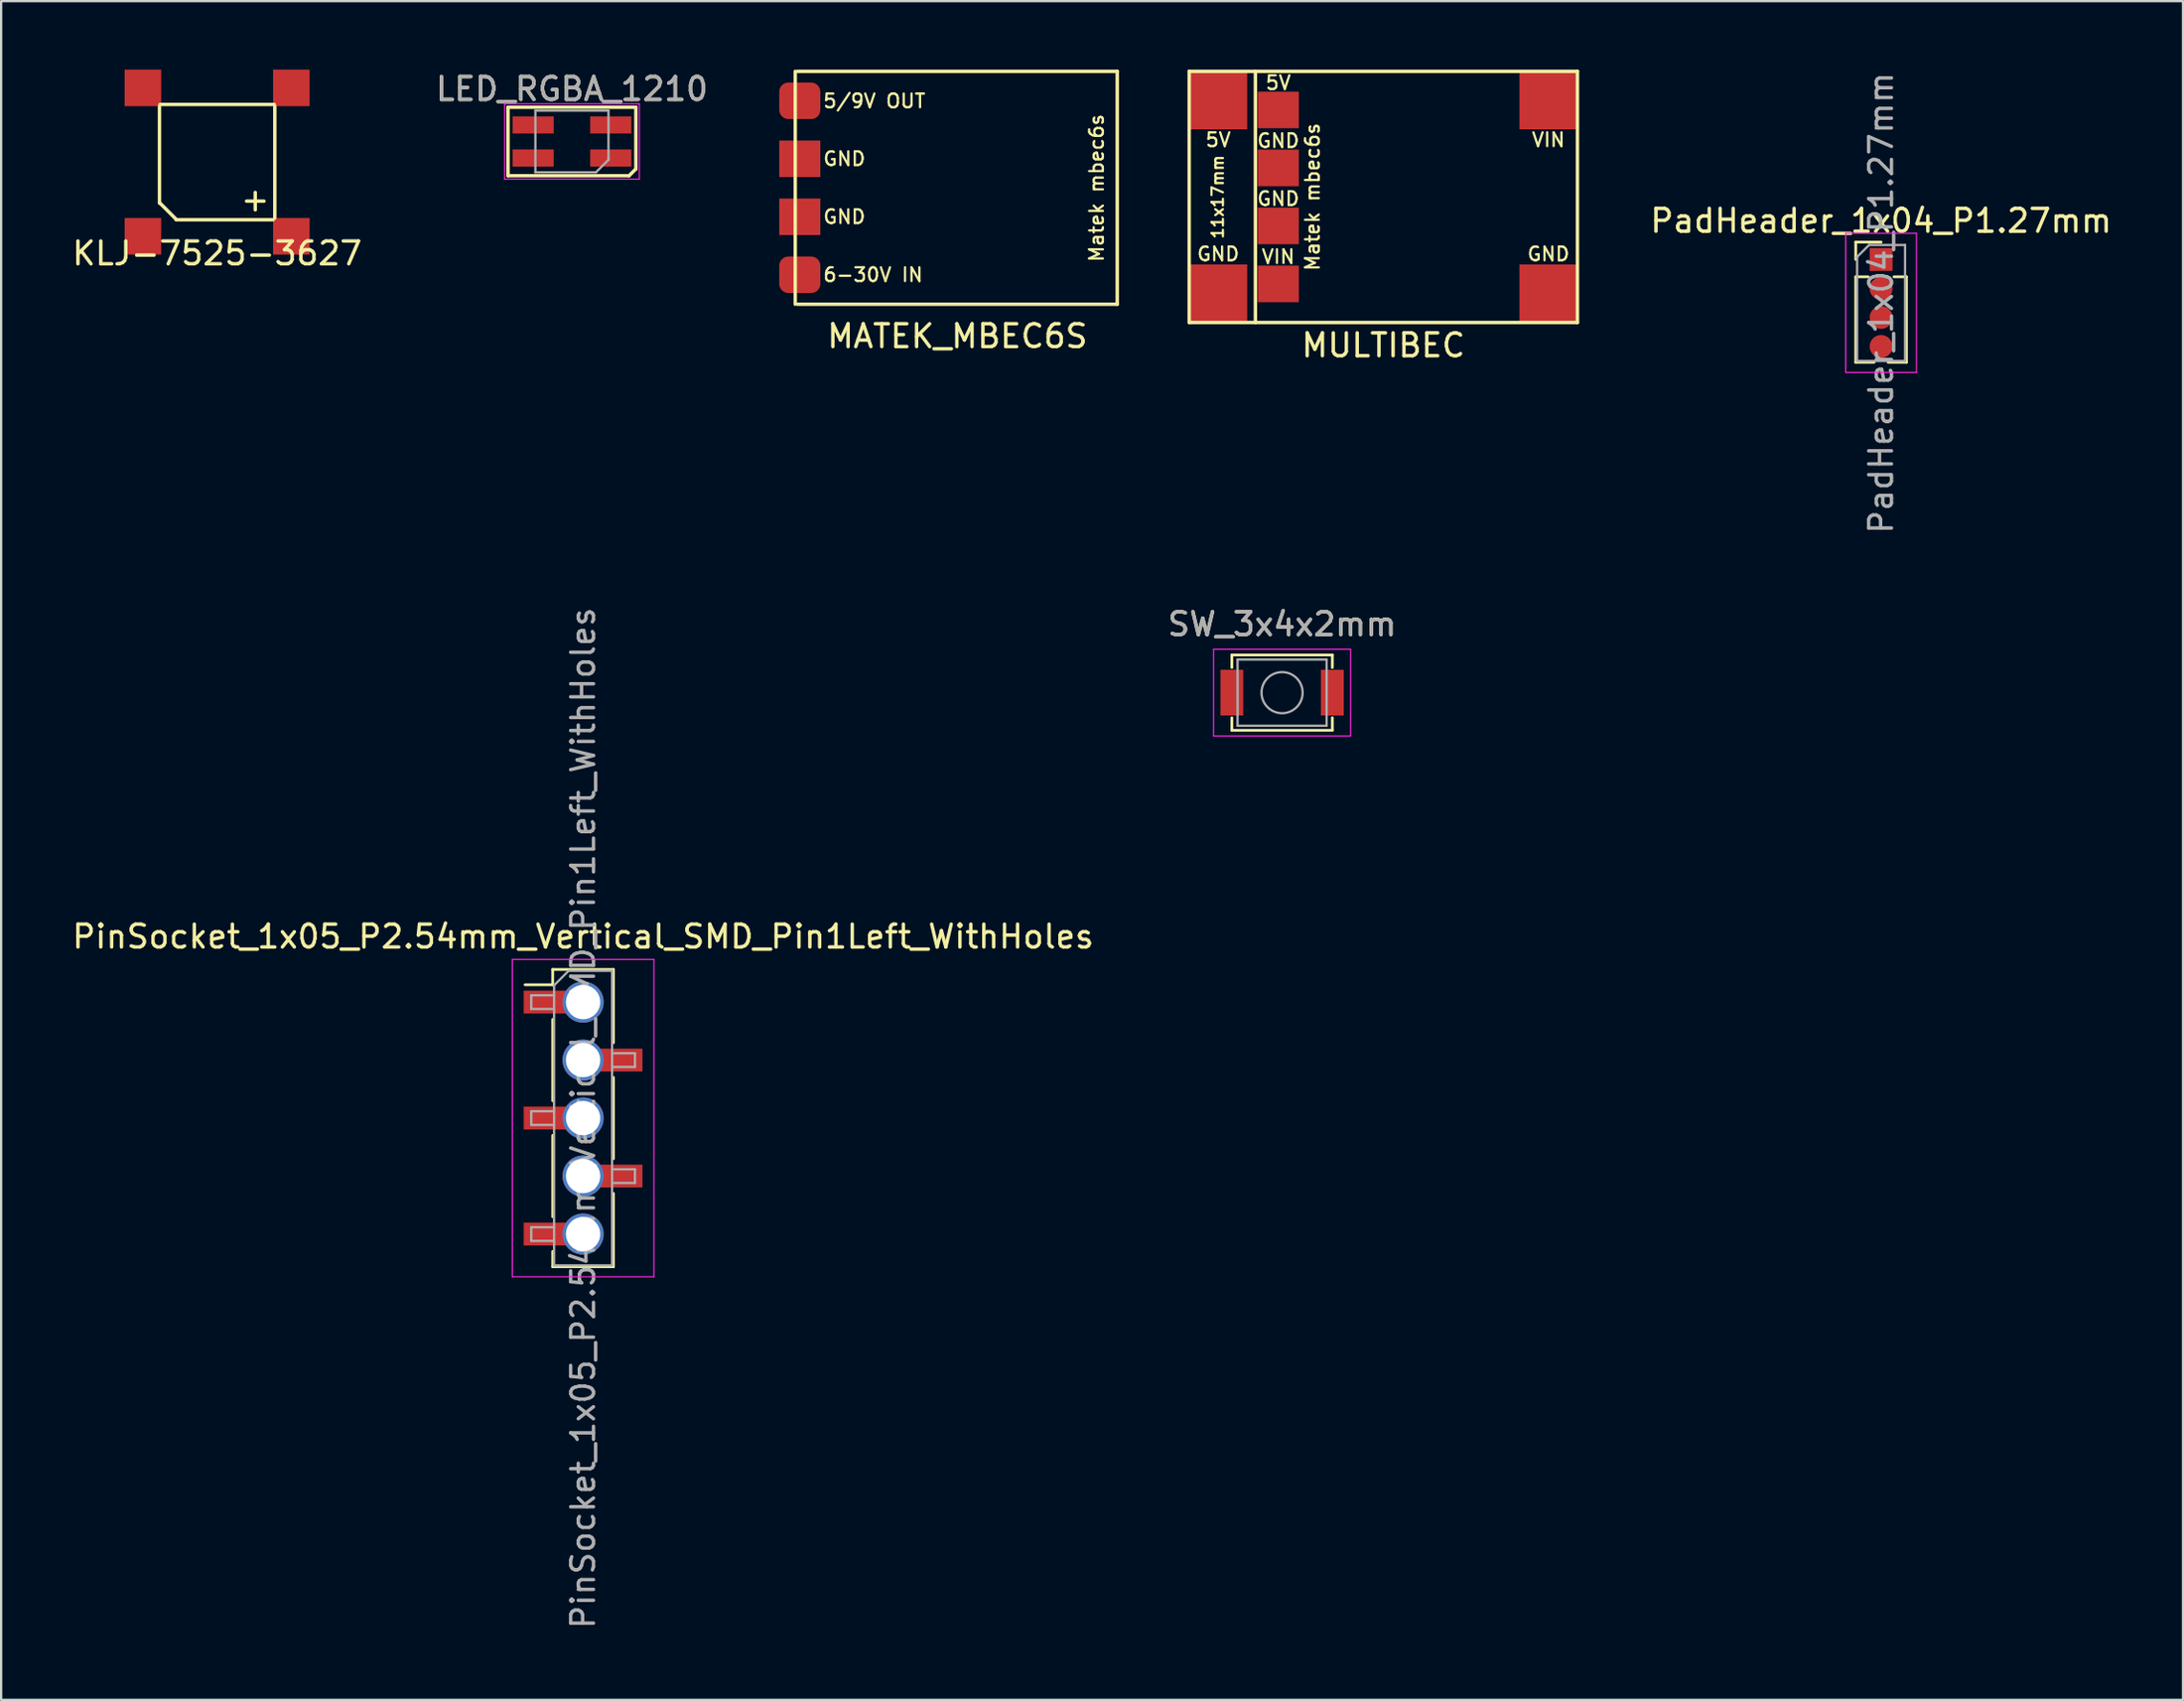
<source format=kicad_pcb>
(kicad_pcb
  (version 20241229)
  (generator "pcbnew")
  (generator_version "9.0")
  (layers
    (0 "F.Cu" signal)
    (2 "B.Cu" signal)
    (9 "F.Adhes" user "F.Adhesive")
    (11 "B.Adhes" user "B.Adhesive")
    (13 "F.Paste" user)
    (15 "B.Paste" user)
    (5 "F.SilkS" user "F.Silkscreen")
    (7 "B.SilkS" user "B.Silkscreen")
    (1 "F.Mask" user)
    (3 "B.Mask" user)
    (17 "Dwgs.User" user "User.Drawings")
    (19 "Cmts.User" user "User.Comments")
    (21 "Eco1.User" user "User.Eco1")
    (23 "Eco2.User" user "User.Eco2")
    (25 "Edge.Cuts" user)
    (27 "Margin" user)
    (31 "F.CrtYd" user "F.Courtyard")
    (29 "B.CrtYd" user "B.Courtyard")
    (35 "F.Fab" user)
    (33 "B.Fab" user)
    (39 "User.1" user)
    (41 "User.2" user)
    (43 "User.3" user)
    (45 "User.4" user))
  (footprint "SW_3x4x2mm"
    (layer "F.Cu")
    (at 53.089 27.289)
    (property "Reference" "SW_3x4x2mm" (at 0 -3 0) (layer "F.SilkS") (effects (font (size 1 1) (thickness 0.15))))
    (attr smd)
    (fp_line (start -2.2 -1.65) (end 2.2 -1.65) (stroke (width 0.12) (type solid)) (layer "F.SilkS"))
    (fp_line (start -2.2 -1.1) (end -2.2 -1.65) (stroke (width 0.12) (type solid)) (layer "F.SilkS"))
    (fp_line (start -2.2 1.1) (end -2.2 1.65) (stroke (width 0.12) (type solid)) (layer "F.SilkS"))
    (fp_line (start -2.2 1.65) (end 2.2 1.65) (stroke (width 0.12) (type solid)) (layer "F.SilkS"))
    (fp_line (start 2.2 -1.65) (end 2.2 -1.1) (stroke (width 0.12) (type solid)) (layer "F.SilkS"))
    (fp_line (start 2.2 1.65) (end 2.2 1.1) (stroke (width 0.12) (type solid)) (layer "F.SilkS"))
    (fp_line (start -3 -1.9) (end -3 1.9) (stroke (width 0.05) (type solid)) (layer "F.CrtYd"))
    (fp_line (start -3 1.9) (end 3 1.9) (stroke (width 0.05) (type solid)) (layer "F.CrtYd"))
    (fp_line (start 3 -1.9) (end -3 -1.9) (stroke (width 0.05) (type solid)) (layer "F.CrtYd"))
    (fp_line (start 3 1.9) (end 3 -1.9) (stroke (width 0.05) (type solid)) (layer "F.CrtYd"))
    (fp_line (start -1.95 -1.45) (end 1.95 -1.45) (stroke (width 0.1) (type solid)) (layer "F.Fab"))
    (fp_line (start -1.95 1.45) (end -1.95 -1.45) (stroke (width 0.1) (type solid)) (layer "F.Fab"))
    (fp_line (start 1.95 -1.45) (end 1.95 1.45) (stroke (width 0.1) (type solid)) (layer "F.Fab"))
    (fp_line (start 1.95 1.45) (end -1.95 1.45) (stroke (width 0.1) (type solid)) (layer "F.Fab"))
    (fp_circle (center 0 0) (end 0.9 0) (stroke (width 0.1) (type solid)) (fill no) (layer "F.Fab"))
    (fp_text user "${REFERENCE}" (at 0 -3 0) (layer "F.Fab") (effects (font (size 1 1) (thickness 0.15))))
    (pad "1" smd rect (at -2.2 0) (size 1 2) (layers "F.Cu" "F.Mask" "F.Paste"))
    (pad "2" smd rect (at 2.2 0) (size 1 2) (layers "F.Cu" "F.Mask" "F.Paste")))
  (footprint "PinSocket_1x05_P2.54mm_Vertical_SMD_Pin1Left_WithHoles"
    (layer "F.Cu")
    (at 22.482 45.923)
    (property "Reference" "PinSocket_1x05_P2.54mm_Vertical_SMD_Pin1Left_WithHoles" (at 0 -7.95 0) (layer "F.SilkS") (effects (font (size 1 1) (thickness 0.15))))
    (attr smd)
    (fp_line (start -2.54 -5.84) (end -1.33 -5.84) (stroke (width 0.12) (type solid)) (layer "F.SilkS"))
    (fp_line (start -1.33 -6.51) (end -1.33 -5.84) (stroke (width 0.12) (type solid)) (layer "F.SilkS"))
    (fp_line (start -1.33 -6.51) (end 1.33 -6.51) (stroke (width 0.12) (type solid)) (layer "F.SilkS"))
    (fp_line (start -1.33 -4.32) (end -1.33 -0.76) (stroke (width 0.12) (type solid)) (layer "F.SilkS"))
    (fp_line (start -1.33 0.76) (end -1.33 4.32) (stroke (width 0.12) (type solid)) (layer "F.SilkS"))
    (fp_line (start -1.33 5.84) (end -1.33 6.51) (stroke (width 0.12) (type solid)) (layer "F.SilkS"))
    (fp_line (start -1.33 6.51) (end 1.33 6.51) (stroke (width 0.12) (type solid)) (layer "F.SilkS"))
    (fp_line (start 1.33 -6.51) (end 1.33 -3.3) (stroke (width 0.12) (type solid)) (layer "F.SilkS"))
    (fp_line (start 1.33 -1.78) (end 1.33 1.78) (stroke (width 0.12) (type solid)) (layer "F.SilkS"))
    (fp_line (start 1.33 3.3) (end 1.33 6.51) (stroke (width 0.12) (type solid)) (layer "F.SilkS"))
    (fp_line (start -3.1 -6.95) (end 3.1 -6.95) (stroke (width 0.05) (type solid)) (layer "F.CrtYd"))
    (fp_line (start -3.1 6.95) (end -3.1 -6.95) (stroke (width 0.05) (type solid)) (layer "F.CrtYd"))
    (fp_line (start 3.1 -6.95) (end 3.1 6.95) (stroke (width 0.05) (type solid)) (layer "F.CrtYd"))
    (fp_line (start 3.1 6.95) (end -3.1 6.95) (stroke (width 0.05) (type solid)) (layer "F.CrtYd"))
    (fp_line (start -2.27 -5.38) (end -1.27 -5.38) (stroke (width 0.1) (type solid)) (layer "F.Fab"))
    (fp_line (start -2.27 -4.78) (end -2.27 -5.38) (stroke (width 0.1) (type solid)) (layer "F.Fab"))
    (fp_line (start -2.27 -0.3) (end -1.27 -0.3) (stroke (width 0.1) (type solid)) (layer "F.Fab"))
    (fp_line (start -2.27 0.3) (end -2.27 -0.3) (stroke (width 0.1) (type solid)) (layer "F.Fab"))
    (fp_line (start -2.27 4.78) (end -1.27 4.78) (stroke (width 0.1) (type solid)) (layer "F.Fab"))
    (fp_line (start -2.27 5.38) (end -2.27 4.78) (stroke (width 0.1) (type solid)) (layer "F.Fab"))
    (fp_line (start -1.27 -5.815) (end -0.635 -6.45) (stroke (width 0.1) (type solid)) (layer "F.Fab"))
    (fp_line (start -1.27 -4.78) (end -2.27 -4.78) (stroke (width 0.1) (type solid)) (layer "F.Fab"))
    (fp_line (start -1.27 0.3) (end -2.27 0.3) (stroke (width 0.1) (type solid)) (layer "F.Fab"))
    (fp_line (start -1.27 5.38) (end -2.27 5.38) (stroke (width 0.1) (type solid)) (layer "F.Fab"))
    (fp_line (start -1.27 6.45) (end -1.27 -5.815) (stroke (width 0.1) (type solid)) (layer "F.Fab"))
    (fp_line (start -0.635 -6.45) (end 1.27 -6.45) (stroke (width 0.1) (type solid)) (layer "F.Fab"))
    (fp_line (start 1.27 -6.45) (end 1.27 6.45) (stroke (width 0.1) (type solid)) (layer "F.Fab"))
    (fp_line (start 1.27 -2.84) (end 2.27 -2.84) (stroke (width 0.1) (type solid)) (layer "F.Fab"))
    (fp_line (start 1.27 2.24) (end 2.27 2.24) (stroke (width 0.1) (type solid)) (layer "F.Fab"))
    (fp_line (start 1.27 6.45) (end -1.27 6.45) (stroke (width 0.1) (type solid)) (layer "F.Fab"))
    (fp_line (start 2.27 -2.84) (end 2.27 -2.24) (stroke (width 0.1) (type solid)) (layer "F.Fab"))
    (fp_line (start 2.27 -2.24) (end 1.27 -2.24) (stroke (width 0.1) (type solid)) (layer "F.Fab"))
    (fp_line (start 2.27 2.24) (end 2.27 2.84) (stroke (width 0.1) (type solid)) (layer "F.Fab"))
    (fp_line (start 2.27 2.84) (end 1.27 2.84) (stroke (width 0.1) (type solid)) (layer "F.Fab"))
    (fp_text user "${REFERENCE}" (at 0 0 90) (layer "F.Fab") (effects (font (size 1 1) (thickness 0.15))))
    (pad "1" smd rect (at -1.65 -5.08) (size 1.9 1) (layers "F.Cu" "F.Mask" "F.Paste"))
    (pad "1" thru_hole circle (at 0 -5.08) (size 1.8 1.8) (drill 1.5) (layers "*.Cu" "*.Mask"))
    (pad "2" thru_hole circle (at 0 -2.54) (size 1.8 1.8) (drill 1.5) (layers "*.Cu" "*.Mask"))
    (pad "2" smd rect (at 1.65 -2.54) (size 1.9 1) (layers "F.Cu" "F.Mask" "F.Paste"))
    (pad "3" smd rect (at -1.65 0) (size 1.9 1) (layers "F.Cu" "F.Mask" "F.Paste"))
    (pad "3" thru_hole circle (at 0 0) (size 1.8 1.8) (drill 1.5) (layers "*.Cu" "*.Mask"))
    (pad "4" thru_hole circle (at 0 2.54) (size 1.8 1.8) (drill 1.5) (layers "*.Cu" "*.Mask"))
    (pad "4" smd rect (at 1.65 2.54) (size 1.9 1) (layers "F.Cu" "F.Mask" "F.Paste"))
    (pad "5" smd rect (at -1.65 5.08) (size 1.9 1) (layers "F.Cu" "F.Mask" "F.Paste"))
    (pad "5" thru_hole circle (at 0 5.08) (size 1.8 1.8) (drill 1.5) (layers "*.Cu" "*.Mask")))
  (footprint "MATEK_MBEC6S"
    (layer "F.Cu")
    (at 38.871 5.175)
    (property "Reference" "MATEK_MBEC6S" (at 0 6.5 0) (layer "F.SilkS") (effects (font (size 1 1) (thickness 0.15))))
    (attr through_hole)
    (fp_line (start -7.1 -5.1) (end -7.1 5.1) (stroke (width 0.15) (type solid)) (layer "F.SilkS"))
    (fp_line (start -7 -5.1) (end 7 -5.1) (stroke (width 0.15) (type solid)) (layer "F.SilkS"))
    (fp_line (start -7 5.1) (end 7 5.1) (stroke (width 0.15) (type solid)) (layer "F.SilkS"))
    (fp_line (start 7 -5.1) (end 7 5.1) (stroke (width 0.15) (type solid)) (layer "F.SilkS"))
    (fp_text user "6-30V IN" (at -3.693 3.81 0) (layer "F.SilkS") (effects (font (size 0.6 0.6) (thickness 0.1))))
    (fp_text user "GND" (at -4.95 -1.27 0) (layer "F.SilkS") (effects (font (size 0.6 0.6) (thickness 0.1))))
    (fp_text user "GND" (at -4.95 1.27 0) (layer "F.SilkS") (effects (font (size 0.6 0.6) (thickness 0.1))))
    (fp_text user "5/9V OUT" (at -3.636 -3.8 0) (layer "F.SilkS") (effects (font (size 0.6 0.6) (thickness 0.1))))
    (fp_text user "Matek mbec6s" (at 6.097 0.01 90) (layer "F.SilkS") (effects (font (size 0.6 0.6) (thickness 0.1))))
    (pad "1" smd roundrect (at -6.9 -3.81) (size 1.8 1.6) (layers "F.Cu" "F.Mask" "F.Paste") (roundrect_rratio 0.25))
    (pad "2" smd rect (at -6.9 -1.27) (size 1.8 1.6) (layers "F.Cu" "F.Mask" "F.Paste"))
    (pad "3" smd rect (at -6.9 1.27) (size 1.8 1.6) (layers "F.Cu" "F.Mask" "F.Paste"))
    (pad "4" smd roundrect (at -6.9 3.81) (size 1.8 1.6) (layers "F.Cu" "F.Mask" "F.Paste") (roundrect_rratio 0.25)))
  (footprint "PadHeader_1x04_P1.27mm"
    (layer "F.Cu")
    (at 79.317 8.315)
    (property "Reference" "PadHeader_1x04_P1.27mm" (at 0 -1.695 0) (layer "F.SilkS") (effects (font (size 1 1) (thickness 0.15))))
    (attr through_hole)
    (fp_line (start -1.11 -0.76) (end 0 -0.76) (stroke (width 0.12) (type solid)) (layer "F.SilkS"))
    (fp_line (start -1.11 0) (end -1.11 -0.76) (stroke (width 0.12) (type solid)) (layer "F.SilkS"))
    (fp_line (start -1.11 0.76) (end -1.11 4.505) (stroke (width 0.12) (type solid)) (layer "F.SilkS"))
    (fp_line (start -1.11 0.76) (end -0.563 0.76) (stroke (width 0.12) (type solid)) (layer "F.SilkS"))
    (fp_line (start -1.11 4.505) (end -0.308 4.505) (stroke (width 0.12) (type solid)) (layer "F.SilkS"))
    (fp_line (start 0.308 4.505) (end 1.11 4.505) (stroke (width 0.12) (type solid)) (layer "F.SilkS"))
    (fp_line (start 0.563 0.76) (end 1.11 0.76) (stroke (width 0.12) (type solid)) (layer "F.SilkS"))
    (fp_line (start 1.11 0.76) (end 1.11 4.505) (stroke (width 0.12) (type solid)) (layer "F.SilkS"))
    (fp_line (start -1.55 -1.15) (end -1.55 4.95) (stroke (width 0.05) (type solid)) (layer "F.CrtYd"))
    (fp_line (start -1.55 4.95) (end 1.55 4.95) (stroke (width 0.05) (type solid)) (layer "F.CrtYd"))
    (fp_line (start 1.55 -1.15) (end -1.55 -1.15) (stroke (width 0.05) (type solid)) (layer "F.CrtYd"))
    (fp_line (start 1.55 4.95) (end 1.55 -1.15) (stroke (width 0.05) (type solid)) (layer "F.CrtYd"))
    (fp_line (start -1.05 -0.11) (end -0.525 -0.635) (stroke (width 0.1) (type solid)) (layer "F.Fab"))
    (fp_line (start -1.05 4.445) (end -1.05 -0.11) (stroke (width 0.1) (type solid)) (layer "F.Fab"))
    (fp_line (start -0.525 -0.635) (end 1.05 -0.635) (stroke (width 0.1) (type solid)) (layer "F.Fab"))
    (fp_line (start 1.05 -0.635) (end 1.05 4.445) (stroke (width 0.1) (type solid)) (layer "F.Fab"))
    (fp_line (start 1.05 4.445) (end -1.05 4.445) (stroke (width 0.1) (type solid)) (layer "F.Fab"))
    (fp_text user "${REFERENCE}" (at 0 1.905 90) (layer "F.Fab") (effects (font (size 1 1) (thickness 0.15))))
    (pad "1" smd rect (at 0 0) (size 1 1) (layers "F.Cu" "F.Mask" "F.Paste"))
    (pad "2" smd oval (at 0 1.27) (size 1 1) (layers "F.Cu" "F.Mask" "F.Paste"))
    (pad "3" smd oval (at 0 2.54) (size 1 1) (layers "F.Cu" "F.Mask" "F.Paste"))
    (pad "4" smd oval (at 0 3.81) (size 1 1) (layers "F.Cu" "F.Mask" "F.Paste")))
  (footprint "LED_RGBA_1210"
    (layer "F.Cu")
    (at 21.994 3.148)
    (property "Reference" "LED_RGBA_1210" (at 0 -2.3 0) (layer "F.SilkS") (effects (font (size 1 1) (thickness 0.15))))
    (attr smd)
    (fp_line (start -2.8 -1.5) (end -2.8 1.5) (stroke (width 0.15) (type solid)) (layer "F.SilkS"))
    (fp_line (start -2.8 -1.5) (end 2.8 -1.5) (stroke (width 0.15) (type solid)) (layer "F.SilkS"))
    (fp_line (start -2.8 1.5) (end 2.5 1.5) (stroke (width 0.15) (type solid)) (layer "F.SilkS"))
    (fp_line (start 2.5 1.5) (end 2.8 1.2) (stroke (width 0.15) (type solid)) (layer "F.SilkS"))
    (fp_line (start 2.8 -1.5) (end 2.8 1.2) (stroke (width 0.15) (type solid)) (layer "F.SilkS"))
    (fp_line (start -2.95 -1.65) (end -2.95 1.65) (stroke (width 0.05) (type solid)) (layer "F.CrtYd"))
    (fp_line (start -2.95 1.65) (end 2.95 1.65) (stroke (width 0.05) (type solid)) (layer "F.CrtYd"))
    (fp_line (start 2.95 -1.65) (end -2.95 -1.65) (stroke (width 0.05) (type solid)) (layer "F.CrtYd"))
    (fp_line (start 2.95 1.65) (end 2.95 -1.65) (stroke (width 0.05) (type solid)) (layer "F.CrtYd"))
    (fp_line (start -1.6 -1.353) (end 1.6 -1.353) (stroke (width 0.1) (type solid)) (layer "F.Fab"))
    (fp_line (start -1.6 1.35) (end -1.6 -1.35) (stroke (width 0.1) (type solid)) (layer "F.Fab"))
    (fp_line (start 1.05 1.35) (end -1.6 1.35) (stroke (width 0.1) (type solid)) (layer "F.Fab"))
    (fp_line (start 1.6 -1.35) (end 1.6 0.8) (stroke (width 0.1) (type solid)) (layer "F.Fab"))
    (fp_line (start 1.6 0.8) (end 1.05 1.35) (stroke (width 0.1) (type solid)) (layer "F.Fab"))
    (fp_text user "${REFERENCE}" (at 0 -2.3 0) (layer "F.Fab") (effects (font (size 1 1) (thickness 0.15))))
    (pad "1" smd rect (at 1.7 0.725) (size 1.8 0.75) (layers "F.Cu" "F.Mask" "F.Paste"))
    (pad "2" smd rect (at 1.7 -0.725) (size 1.8 0.75) (layers "F.Cu" "F.Mask" "F.Paste"))
    (pad "3" smd rect (at -1.7 -0.725) (size 1.8 0.75) (layers "F.Cu" "F.Mask" "F.Paste"))
    (pad "4" smd rect (at -1.7 0.725) (size 1.8 0.75) (layers "F.Cu" "F.Mask" "F.Paste")))
  (footprint "MULTIBEC"
    (layer "F.Cu")
    (at 57.521 5.575)
    (property "Reference" "MULTIBEC" (at 0 6.5 0) (layer "F.SilkS") (effects (font (size 1 1) (thickness 0.15))))
    (attr through_hole)
    (fp_line (start -8.5 -5.5) (end -8.5 5.5) (stroke (width 0.15) (type solid)) (layer "F.SilkS"))
    (fp_line (start -8.5 -5.5) (end 8.5 -5.5) (stroke (width 0.15) (type solid)) (layer "F.SilkS"))
    (fp_line (start -8.5 5.5) (end 8.5 5.5) (stroke (width 0.15) (type solid)) (layer "F.SilkS"))
    (fp_line (start -5.6 -5.5) (end -5.6 5.5) (stroke (width 0.15) (type solid)) (layer "F.SilkS"))
    (fp_line (start 8.5 -5.5) (end 8.5 5.5) (stroke (width 0.15) (type solid)) (layer "F.SilkS"))
    (fp_text user "Matek mbec6s" (at -3.1 0 90) (layer "F.SilkS") (effects (font (size 0.6 0.6) (thickness 0.1))))
    (fp_text user "GND" (at 7.23 2.5 0) (layer "F.SilkS") (effects (font (size 0.6 0.6) (thickness 0.1))))
    (fp_text user "11x17mm" (at -7.25 0 90) (layer "F.SilkS") (effects (font (size 0.5 0.5) (thickness 0.1))))
    (fp_text user "GND" (at -4.6 -2.46 0) (layer "F.SilkS") (effects (font (size 0.6 0.6) (thickness 0.1))))
    (fp_text user "GND" (at -4.6 0.08 0) (layer "F.SilkS") (effects (font (size 0.6 0.6) (thickness 0.1))))
    (fp_text user "5V" (at -4.6 -5 0) (layer "F.SilkS") (effects (font (size 0.6 0.6) (thickness 0.1))))
    (fp_text user "VIN" (at -4.6 2.62 0) (layer "F.SilkS") (effects (font (size 0.6 0.6) (thickness 0.1))))
    (fp_text user "VIN" (at 7.23 -2.5 0) (layer "F.SilkS") (effects (font (size 0.6 0.6) (thickness 0.1))))
    (fp_text user "5V" (at -7.23 -2.5 0) (layer "F.SilkS") (effects (font (size 0.6 0.6) (thickness 0.1))))
    (fp_text user "GND" (at -7.23 2.5 0) (layer "F.SilkS") (effects (font (size 0.6 0.6) (thickness 0.1))))
    (pad "1" smd custom (at -4.6 3.81) (size 1.8 1.6) (layers "F.Cu" "F.Mask" "F.Paste") (options (anchor rect)) (primitives))
    (pad "1" smd custom (at 7.23 -4.23) (size 2.54 2.54) (layers "F.Cu" "F.Mask" "F.Paste") (options (anchor rect)) (primitives))
    (pad "2" smd custom (at -7.23 4.23) (size 2.54 2.54) (layers "F.Cu" "F.Mask" "F.Paste") (options (anchor rect)) (primitives))
    (pad "2" smd custom (at -4.6 -1.27) (size 1.8 1.6) (layers "F.Cu" "F.Mask" "F.Paste") (options (anchor rect)) (primitives))
    (pad "2" smd custom (at -4.6 1.27) (size 1.8 1.6) (layers "F.Cu" "F.Mask" "F.Paste") (options (anchor rect)) (primitives))
    (pad "2" smd custom (at 7.23 4.23) (size 2.54 2.54) (layers "F.Cu" "F.Mask" "F.Paste") (options (anchor rect)) (primitives))
    (pad "3" smd custom (at -7.23 -4.23) (size 2.54 2.54) (layers "F.Cu" "F.Mask" "F.Paste") (options (anchor rect)) (primitives))
    (pad "3" smd custom (at -4.6 -3.81) (size 1.8 1.6) (layers "F.Cu" "F.Mask" "F.Paste") (options (anchor rect)) (primitives)))
  (footprint "KLJ-7525-3627"
    (layer "F.Cu")
    (at 6.458 4.05)
    (property "Reference" "KLJ-7525-3627" (at 0 4 0) (layer "F.SilkS") (effects (font (size 1 1) (thickness 0.15))))
    (attr through_hole)
    (fp_line (start -2.525 -2.45) (end -2.525 1.8) (stroke (width 0.15) (type solid)) (layer "F.SilkS"))
    (fp_line (start -2.5 -2.525) (end 2.5 -2.525) (stroke (width 0.15) (type solid)) (layer "F.SilkS"))
    (fp_line (start -2.5 1.8) (end -1.8 2.5) (stroke (width 0.15) (type solid)) (layer "F.SilkS"))
    (fp_line (start -1.8 2.525) (end 2.45 2.525) (stroke (width 0.15) (type solid)) (layer "F.SilkS"))
    (fp_line (start 2.525 -2.45) (end 2.525 2.45) (stroke (width 0.15) (type solid)) (layer "F.SilkS"))
    (fp_text user "+" (at 1.669 1.636 0) (layer "F.SilkS") (effects (font (size 1 1) (thickness 0.15))))
    (pad "" smd rect (at -3.25 -3.25) (size 1.6 1.6) (layers "F.Cu" "F.Mask" "F.Paste"))
    (pad "" smd custom (at -3.25 3.25) (size 1.6 1.6) (layers "F.Cu" "F.Mask" "F.Paste") (options (anchor rect)) (primitives))
    (pad "1" smd rect (at 3.25 3.25) (size 1.6 1.6) (layers "F.Cu" "F.Mask" "F.Paste"))
    (pad "2" smd rect (at 3.25 -3.25) (size 1.6 1.6) (layers "F.Cu" "F.Mask" "F.Paste")))
  (gr_rect
    (start -3 -3)
    (end 92.537 71.405)
    (stroke (width 0.1) (type default))
    (fill no)
    (layer "Edge.Cuts")))
</source>
